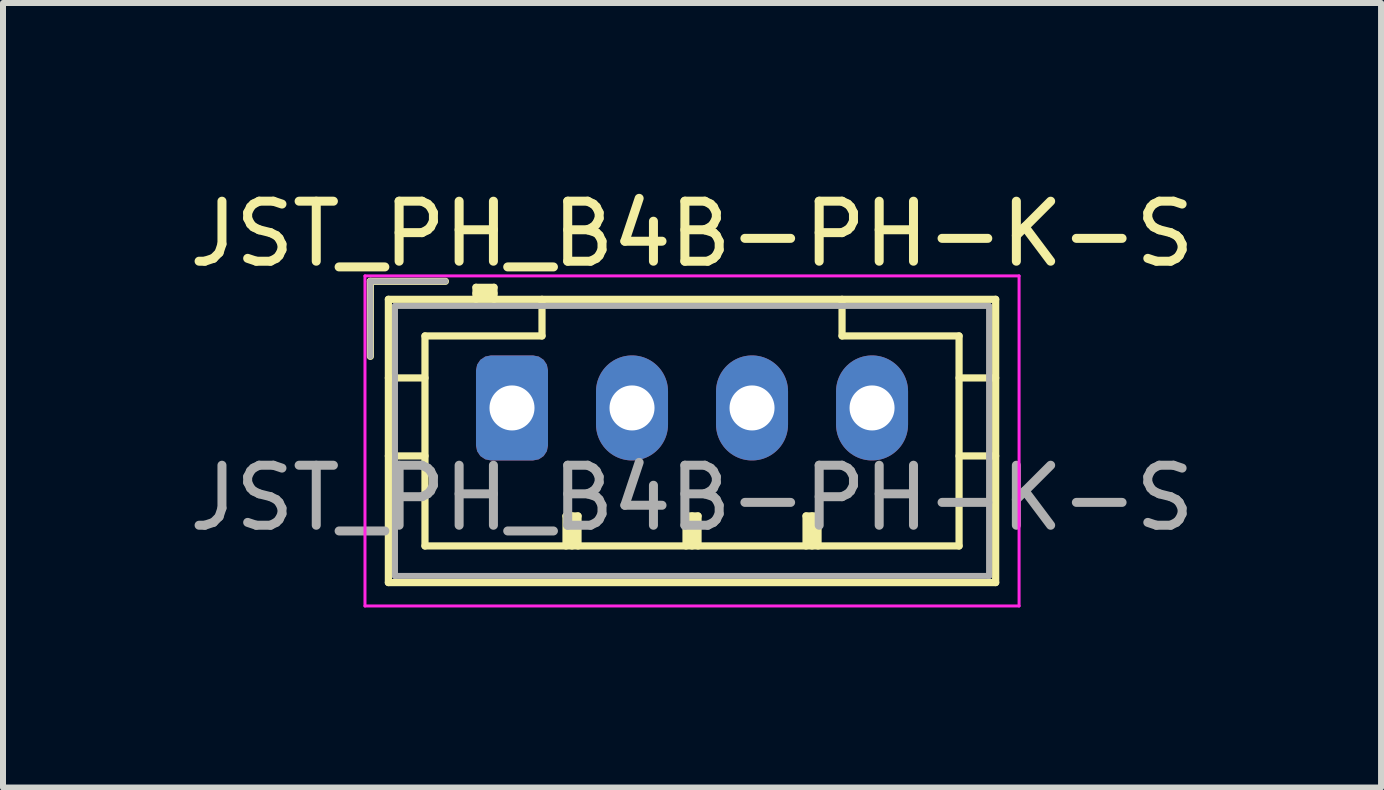
<source format=kicad_pcb>
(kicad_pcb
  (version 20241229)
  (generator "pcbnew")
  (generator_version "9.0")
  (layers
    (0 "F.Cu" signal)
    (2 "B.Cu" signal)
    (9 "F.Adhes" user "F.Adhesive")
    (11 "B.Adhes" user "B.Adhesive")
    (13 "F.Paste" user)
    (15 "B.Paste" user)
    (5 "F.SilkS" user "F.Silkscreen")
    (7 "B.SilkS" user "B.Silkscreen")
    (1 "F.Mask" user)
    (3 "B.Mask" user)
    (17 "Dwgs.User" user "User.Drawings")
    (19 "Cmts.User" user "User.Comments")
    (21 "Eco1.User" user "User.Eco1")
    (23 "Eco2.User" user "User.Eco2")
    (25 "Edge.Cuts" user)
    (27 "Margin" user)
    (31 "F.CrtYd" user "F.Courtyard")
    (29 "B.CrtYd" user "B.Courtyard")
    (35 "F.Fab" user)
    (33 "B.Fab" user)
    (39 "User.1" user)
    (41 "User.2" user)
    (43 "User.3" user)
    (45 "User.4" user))
  (footprint "JST_PH_B4B-PH-K-S"
    (layer "F.Cu")
    (at 5.482 3.748)
    (property "Reference" "JST_PH_B4B-PH-K-S" (at 3 -2.9 0) (layer "F.SilkS") (effects (font (size 1 1) (thickness 0.15))))
    (attr through_hole)
    (fp_line (start -2.36 -2.11) (end -2.36 -0.86) (stroke (width 0.12) (type solid)) (layer "F.SilkS"))
    (fp_line (start -2.06 -1.81) (end -2.06 2.91) (stroke (width 0.12) (type solid)) (layer "F.SilkS"))
    (fp_line (start -2.06 -0.5) (end -1.45 -0.5) (stroke (width 0.12) (type solid)) (layer "F.SilkS"))
    (fp_line (start -2.06 0.8) (end -1.45 0.8) (stroke (width 0.12) (type solid)) (layer "F.SilkS"))
    (fp_line (start -2.06 2.91) (end 8.06 2.91) (stroke (width 0.12) (type solid)) (layer "F.SilkS"))
    (fp_line (start -1.45 -1.2) (end -1.45 2.3) (stroke (width 0.12) (type solid)) (layer "F.SilkS"))
    (fp_line (start -1.45 2.3) (end 7.45 2.3) (stroke (width 0.12) (type solid)) (layer "F.SilkS"))
    (fp_line (start -1.11 -2.11) (end -2.36 -2.11) (stroke (width 0.12) (type solid)) (layer "F.SilkS"))
    (fp_line (start -0.6 -2.01) (end -0.6 -1.81) (stroke (width 0.12) (type solid)) (layer "F.SilkS"))
    (fp_line (start -0.3 -2.01) (end -0.6 -2.01) (stroke (width 0.12) (type solid)) (layer "F.SilkS"))
    (fp_line (start -0.3 -1.91) (end -0.6 -1.91) (stroke (width 0.12) (type solid)) (layer "F.SilkS"))
    (fp_line (start -0.3 -1.81) (end -0.3 -2.01) (stroke (width 0.12) (type solid)) (layer "F.SilkS"))
    (fp_line (start 0.5 -1.81) (end 0.5 -1.2) (stroke (width 0.12) (type solid)) (layer "F.SilkS"))
    (fp_line (start 0.5 -1.2) (end -1.45 -1.2) (stroke (width 0.12) (type solid)) (layer "F.SilkS"))
    (fp_line (start 0.9 1.8) (end 1.1 1.8) (stroke (width 0.12) (type solid)) (layer "F.SilkS"))
    (fp_line (start 0.9 2.3) (end 0.9 1.8) (stroke (width 0.12) (type solid)) (layer "F.SilkS"))
    (fp_line (start 1 2.3) (end 1 1.8) (stroke (width 0.12) (type solid)) (layer "F.SilkS"))
    (fp_line (start 1.1 1.8) (end 1.1 2.3) (stroke (width 0.12) (type solid)) (layer "F.SilkS"))
    (fp_line (start 2.9 1.8) (end 3.1 1.8) (stroke (width 0.12) (type solid)) (layer "F.SilkS"))
    (fp_line (start 2.9 2.3) (end 2.9 1.8) (stroke (width 0.12) (type solid)) (layer "F.SilkS"))
    (fp_line (start 3 2.3) (end 3 1.8) (stroke (width 0.12) (type solid)) (layer "F.SilkS"))
    (fp_line (start 3.1 1.8) (end 3.1 2.3) (stroke (width 0.12) (type solid)) (layer "F.SilkS"))
    (fp_line (start 4.9 1.8) (end 5.1 1.8) (stroke (width 0.12) (type solid)) (layer "F.SilkS"))
    (fp_line (start 4.9 2.3) (end 4.9 1.8) (stroke (width 0.12) (type solid)) (layer "F.SilkS"))
    (fp_line (start 5 2.3) (end 5 1.8) (stroke (width 0.12) (type solid)) (layer "F.SilkS"))
    (fp_line (start 5.1 1.8) (end 5.1 2.3) (stroke (width 0.12) (type solid)) (layer "F.SilkS"))
    (fp_line (start 5.5 -1.2) (end 5.5 -1.81) (stroke (width 0.12) (type solid)) (layer "F.SilkS"))
    (fp_line (start 7.45 -1.2) (end 5.5 -1.2) (stroke (width 0.12) (type solid)) (layer "F.SilkS"))
    (fp_line (start 7.45 2.3) (end 7.45 -1.2) (stroke (width 0.12) (type solid)) (layer "F.SilkS"))
    (fp_line (start 8.06 -1.81) (end -2.06 -1.81) (stroke (width 0.12) (type solid)) (layer "F.SilkS"))
    (fp_line (start 8.06 -0.5) (end 7.45 -0.5) (stroke (width 0.12) (type solid)) (layer "F.SilkS"))
    (fp_line (start 8.06 0.8) (end 7.45 0.8) (stroke (width 0.12) (type solid)) (layer "F.SilkS"))
    (fp_line (start 8.06 2.91) (end 8.06 -1.81) (stroke (width 0.12) (type solid)) (layer "F.SilkS"))
    (fp_line (start -2.45 -2.2) (end -2.45 3.3) (stroke (width 0.05) (type solid)) (layer "F.CrtYd"))
    (fp_line (start -2.45 3.3) (end 8.45 3.3) (stroke (width 0.05) (type solid)) (layer "F.CrtYd"))
    (fp_line (start 8.45 -2.2) (end -2.45 -2.2) (stroke (width 0.05) (type solid)) (layer "F.CrtYd"))
    (fp_line (start 8.45 3.3) (end 8.45 -2.2) (stroke (width 0.05) (type solid)) (layer "F.CrtYd"))
    (fp_line (start -2.36 -2.11) (end -2.36 -0.86) (stroke (width 0.1) (type solid)) (layer "F.Fab"))
    (fp_line (start -1.95 -1.7) (end -1.95 2.8) (stroke (width 0.1) (type solid)) (layer "F.Fab"))
    (fp_line (start -1.95 2.8) (end 7.95 2.8) (stroke (width 0.1) (type solid)) (layer "F.Fab"))
    (fp_line (start -1.11 -2.11) (end -2.36 -2.11) (stroke (width 0.1) (type solid)) (layer "F.Fab"))
    (fp_line (start 7.95 -1.7) (end -1.95 -1.7) (stroke (width 0.1) (type solid)) (layer "F.Fab"))
    (fp_line (start 7.95 2.8) (end 7.95 -1.7) (stroke (width 0.1) (type solid)) (layer "F.Fab"))
    (fp_text user "${REFERENCE}" (at 3 1.5 0) (layer "F.Fab") (effects (font (size 1 1) (thickness 0.15))))
    (pad "1" thru_hole roundrect (at 0 0) (size 1.2 1.75) (drill 0.75) (layers "*.Cu" "*.Mask") (roundrect_rratio 0.208))
    (pad "2" thru_hole oval (at 2 0) (size 1.2 1.75) (drill 0.75) (layers "*.Cu" "*.Mask"))
    (pad "3" thru_hole oval (at 4 0) (size 1.2 1.75) (drill 0.75) (layers "*.Cu" "*.Mask"))
    (pad "4" thru_hole oval (at 6 0) (size 1.2 1.75) (drill 0.75) (layers "*.Cu" "*.Mask")))
  (gr_rect
    (start -3 -3)
    (end 19.964 10.073)
    (stroke (width 0.1) (type default))
    (fill no)
    (layer "Edge.Cuts")))
</source>
